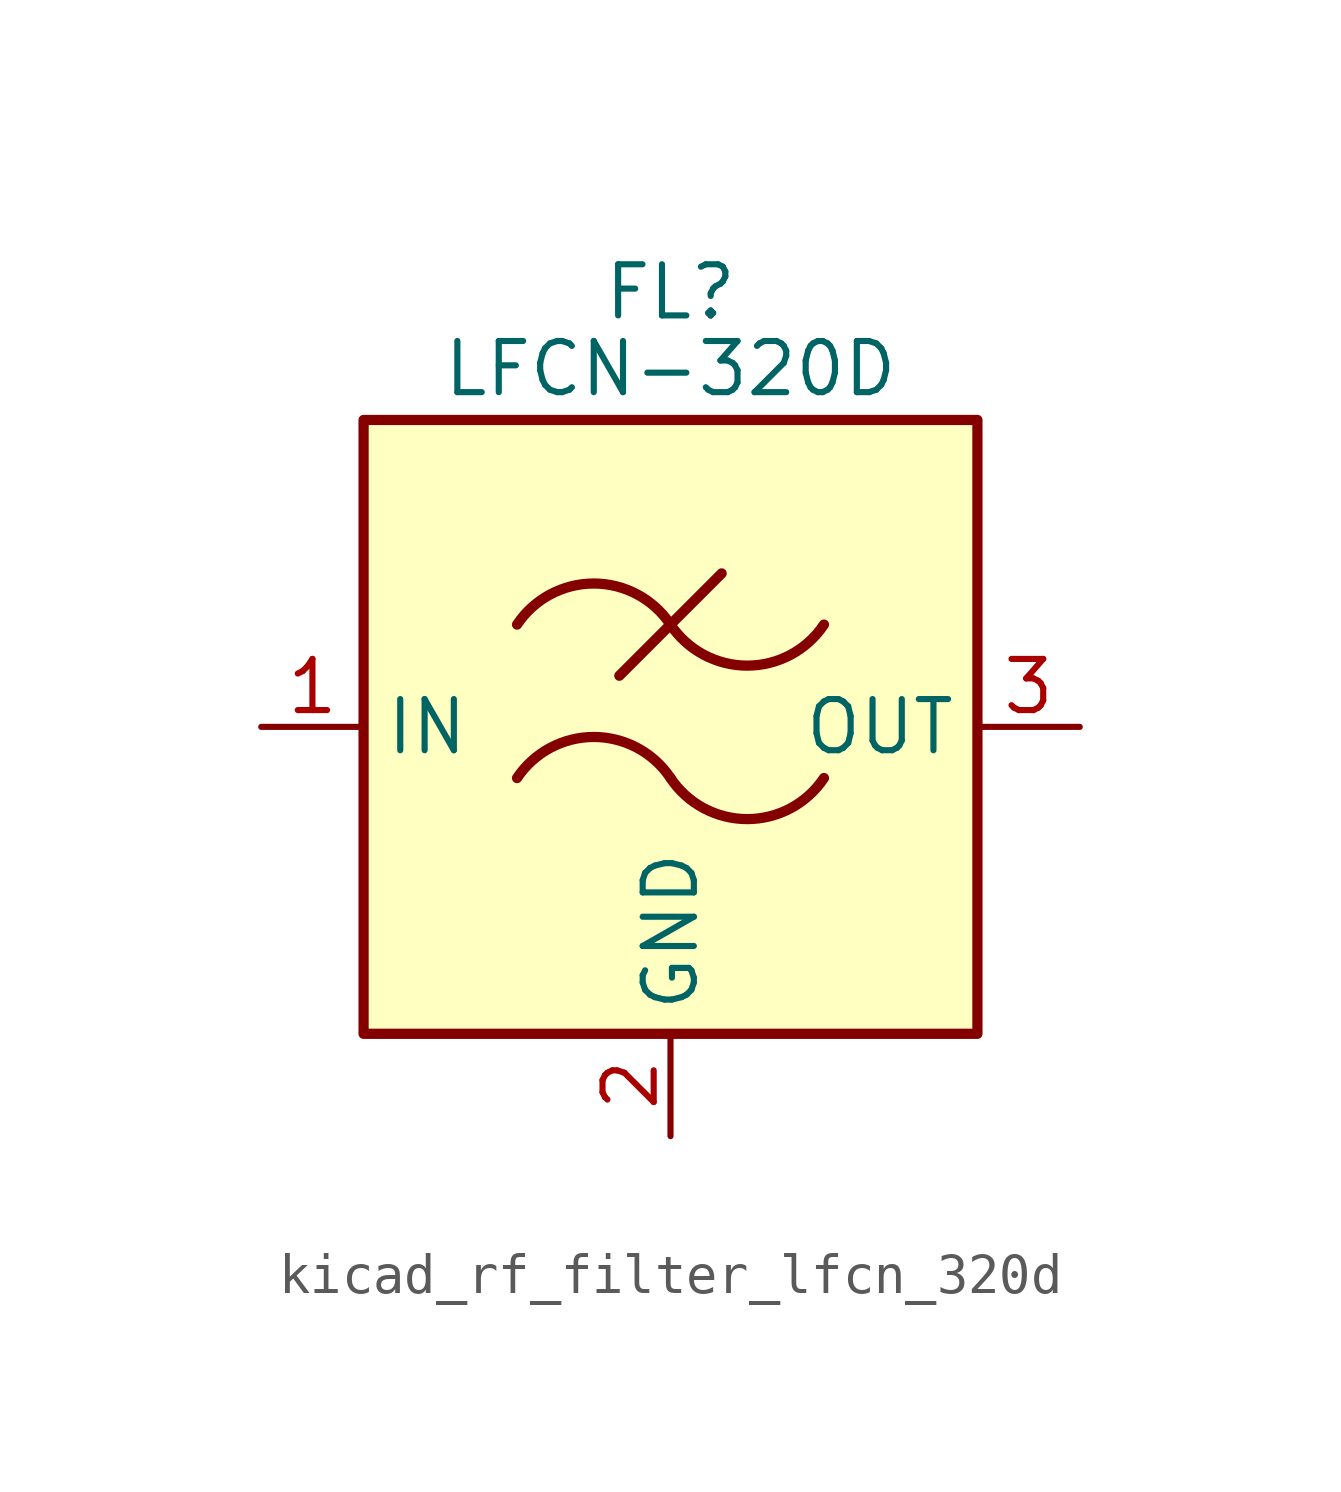
<source format=kicad_sym>
(kicad_symbol_lib
  (version 20220914)
  (generator kicad_symbol_editor)
  (symbol "kicad_rf_filter_lfcn_320d"
    (property "Reference" "FL"
      (at 0 10.795 0)
      (effects (font (size 1.27 1.27))))
    (property "Value" "LFCN-320D"
      (at 0 8.89 0)
      (effects (font (size 1.27 1.27))))
    (symbol "kicad_rf_filter_lfcn_320d_0_1"
      (rectangle (start -7.62 7.62) (end 7.62 -7.62) (stroke (width 0.254) (type default)) (fill (type background)))
      (arc (start 0 -1.27) (mid -1.905 -0.2505) (end -3.81 -1.27) (stroke (width 0.254) (type default)) (fill (type none)))
      (arc (start 0 -1.27) (mid 1.905 -2.2895) (end 3.81 -1.27) (stroke (width 0.254) (type default)) (fill (type none)))
      (polyline (pts (xy -1.27 1.27) (xy 1.27 3.81)) (stroke (width 0.254) (type default)) (fill (type none)))
      (arc (start 0 2.54) (mid -1.905 3.5595) (end -3.81 2.54) (stroke (width 0.254) (type default)) (fill (type none)))
      (arc (start 0 2.54) (mid 1.905 1.5205) (end 3.81 2.54) (stroke (width 0.254) (type default)) (fill (type none))))
    (symbol "kicad_rf_filter_lfcn_320d_1_1"
      (pin passive line (at -10.16 0 0) (length 2.54) (name "IN" (effects (font (size 1.27 1.27)))) (number "1" (effects (font (size 1.27 1.27)))))
      (pin passive line (at 0 -10.16 90) (length 2.54) (name "GND" (effects (font (size 1.27 1.27)))) (number "2" (effects (font (size 1.27 1.27)))))
      (pin passive line (at 10.16 0 180) (length 2.54) (name "OUT" (effects (font (size 1.27 1.27)))) (number "3" (effects (font (size 1.27 1.27)))))
      (pin passive line (at 0 -10.16 90) (length 2.54) hide (name "GND" (effects (font (size 1.27 1.27)))) (number "4" (effects (font (size 1.27 1.27))))))))
</source>
